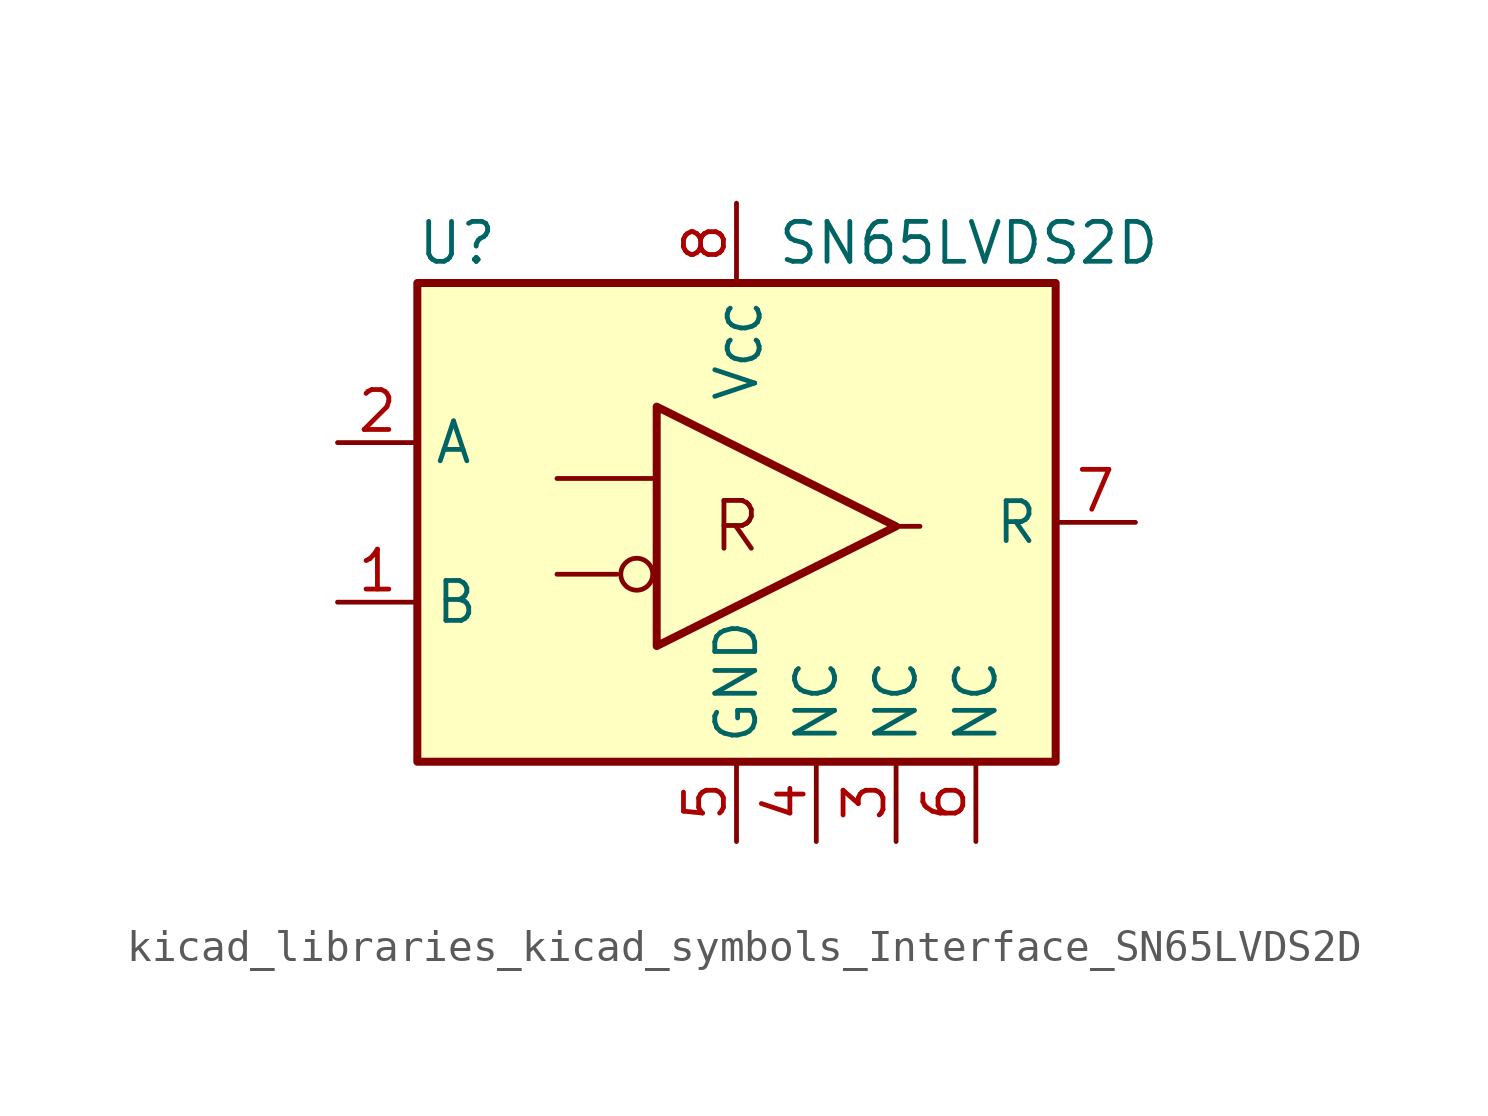
<source format=kicad_sym>
(kicad_symbol_lib
  (version 20220914)
  (generator kicad_symbol_editor)
  (symbol "kicad_libraries_kicad_symbols_Interface_SN65LVDS2D"
    (property "Reference" "U"
      (at -8.89 8.89 0)
      (effects (font (size 1.27 1.27))))
    (property "Value" "SN65LVDS2D"
      (at 1.27 8.89 0)
      (effects (font (size 1.27 1.27)) (justify left)))
    (symbol "kicad_libraries_kicad_symbols_Interface_SN65LVDS2D_1_0"
      (rectangle (start -10.16 7.62) (end 10.16 -7.62) (stroke (width 0.254) (type default) (color 0 0 0 0)) (fill (type background)))
      (circle (center -3.175 -1.651) (radius 0.508) (stroke (width 0) (type default) (color 0 0 0 0)) (fill (type none)))
      (text "R" (at 0 -0.127 0) (effects (font (size 1.524 1.524)))))
    (symbol "kicad_libraries_kicad_symbols_Interface_SN65LVDS2D_1_1"
      (polyline (pts (xy -5.715 -1.651) (xy -3.81 -1.651)) (stroke (width 0) (type default) (color 0 0 0 0)) (fill (type none)))
      (polyline (pts (xy -5.715 1.397) (xy -2.667 1.397)) (stroke (width 0) (type default) (color 0 0 0 0)) (fill (type none)))
      (polyline (pts (xy 5.842 -0.127) (xy 5.08 -0.127)) (stroke (width 0) (type default) (color 0 0 0 0)) (fill (type none)))
      (polyline (pts (xy -2.54 -3.937) (xy -2.54 3.683) (xy 5.08 -0.127) (xy -2.54 -3.937)) (stroke (width 0.254) (type default) (color 0 0 0 0)) (fill (type none)))
      (pin input line (at -12.7 -2.54 0) (length 2.54) (name "B" (effects (font (size 1.27 1.27)))) (number "1" (effects (font (size 1.27 1.27)))))
      (pin input line (at -12.7 2.54 0) (length 2.54) (name "A" (effects (font (size 1.27 1.27)))) (number "2" (effects (font (size 1.27 1.27)))))
      (pin passive line (at 5.08 -10.16 90) (length 2.54) (name "NC" (effects (font (size 1.27 1.27)))) (number "3" (effects (font (size 1.27 1.27)))))
      (pin passive line (at 2.54 -10.16 90) (length 2.54) (name "NC" (effects (font (size 1.27 1.27)))) (number "4" (effects (font (size 1.27 1.27)))))
      (pin power_in line (at 0 -10.16 90) (length 2.54) (name "GND" (effects (font (size 1.27 1.27)))) (number "5" (effects (font (size 1.27 1.27)))))
      (pin passive line (at 7.62 -10.16 90) (length 2.54) (name "NC" (effects (font (size 1.27 1.27)))) (number "6" (effects (font (size 1.27 1.27)))))
      (pin output line (at 12.7 0 180) (length 2.54) (name "R" (effects (font (size 1.27 1.27)))) (number "7" (effects (font (size 1.27 1.27)))))
      (pin power_in line (at 0 10.16 270) (length 2.54) (name "V_{CC}" (effects (font (size 1.27 1.27)))) (number "8" (effects (font (size 1.27 1.27))))))))
</source>
